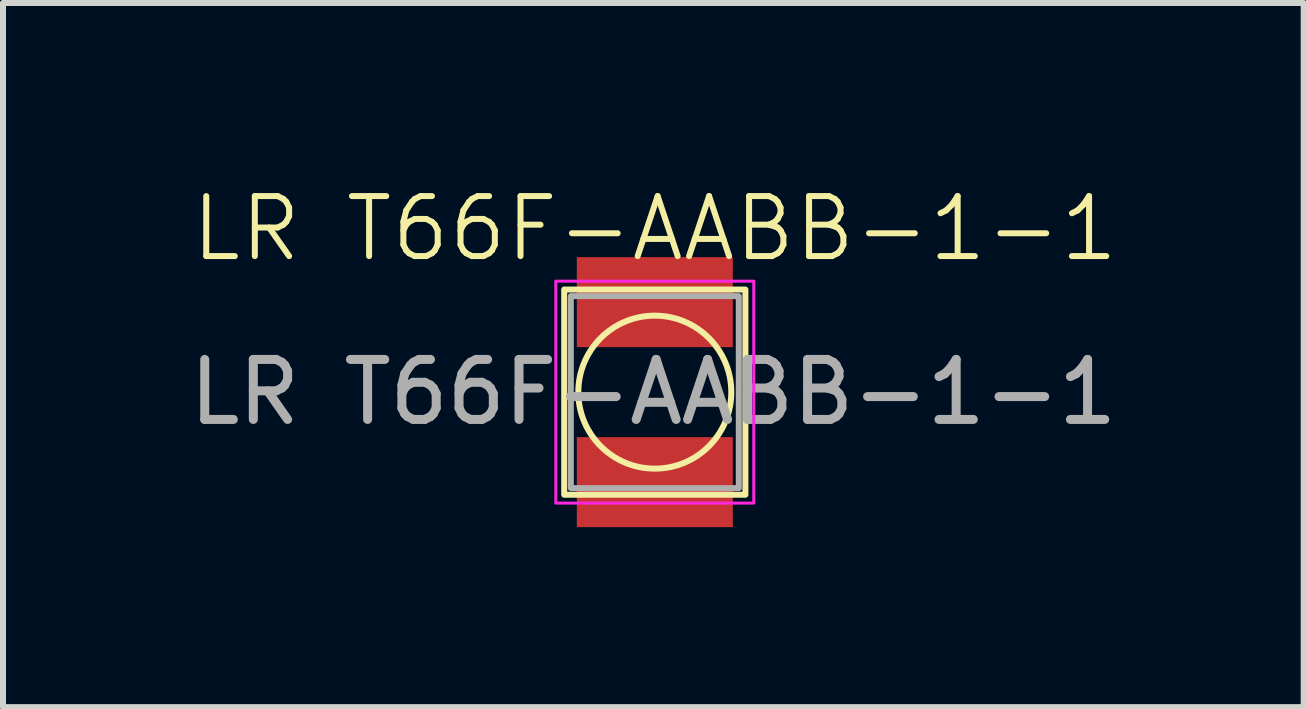
<source format=kicad_pcb>
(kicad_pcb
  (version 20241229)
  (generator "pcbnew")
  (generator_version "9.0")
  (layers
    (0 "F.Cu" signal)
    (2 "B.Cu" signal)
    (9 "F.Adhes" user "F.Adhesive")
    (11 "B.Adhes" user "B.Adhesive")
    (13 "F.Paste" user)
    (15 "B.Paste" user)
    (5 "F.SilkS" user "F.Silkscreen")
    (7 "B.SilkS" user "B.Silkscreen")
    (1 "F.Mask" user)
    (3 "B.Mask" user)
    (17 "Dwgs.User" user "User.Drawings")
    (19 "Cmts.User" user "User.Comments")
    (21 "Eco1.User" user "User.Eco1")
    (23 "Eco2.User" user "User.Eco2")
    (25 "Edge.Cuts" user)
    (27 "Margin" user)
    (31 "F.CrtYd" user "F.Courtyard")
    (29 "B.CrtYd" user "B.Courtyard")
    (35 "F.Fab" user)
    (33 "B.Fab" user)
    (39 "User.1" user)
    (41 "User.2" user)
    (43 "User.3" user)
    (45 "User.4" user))
  (footprint "LR T66F-AABB-1-1"
    (layer "F.Cu")
    (at 7.864 3.486)
    (property "Reference" "LR T66F-AABB-1-1" (at 0 -2.725 0) (unlocked yes) (layer "F.SilkS") (effects (font (size 1 1) (thickness 0.1))))
    (attr smd)
    (fp_rect (start -1.51 -1.71) (end 1.51 1.71) (stroke (width 0.1) (type default)) (fill no) (layer "F.SilkS"))
    (fp_circle (center 0 0) (end 1.275 0) (stroke (width 0.1) (type default)) (fill no) (layer "F.SilkS"))
    (fp_rect (start -1.65 -1.85) (end 1.65 1.85) (stroke (width 0.05) (type default)) (fill no) (layer "F.CrtYd"))
    (fp_rect (start -1.4 -1.6) (end 1.4 1.6) (stroke (width 0.1) (type default)) (fill no) (layer "F.Fab"))
    (fp_text user "${REFERENCE}" (at -0.025 0 0) (unlocked yes) (layer "F.Fab") (effects (font (size 1 1) (thickness 0.15))))
    (pad "1" smd rect (at 0 -1.5) (size 2.6 1.5) (layers "F.Cu" "F.Mask" "F.Paste"))
    (pad "2" smd rect (at 0 1.5) (size 2.6 1.5) (layers "F.Cu" "F.Mask" "F.Paste")))
  (gr_rect
    (start -3 -3)
    (end 18.679 8.736)
    (stroke (width 0.1) (type default))
    (fill no)
    (layer "Edge.Cuts")))
</source>
